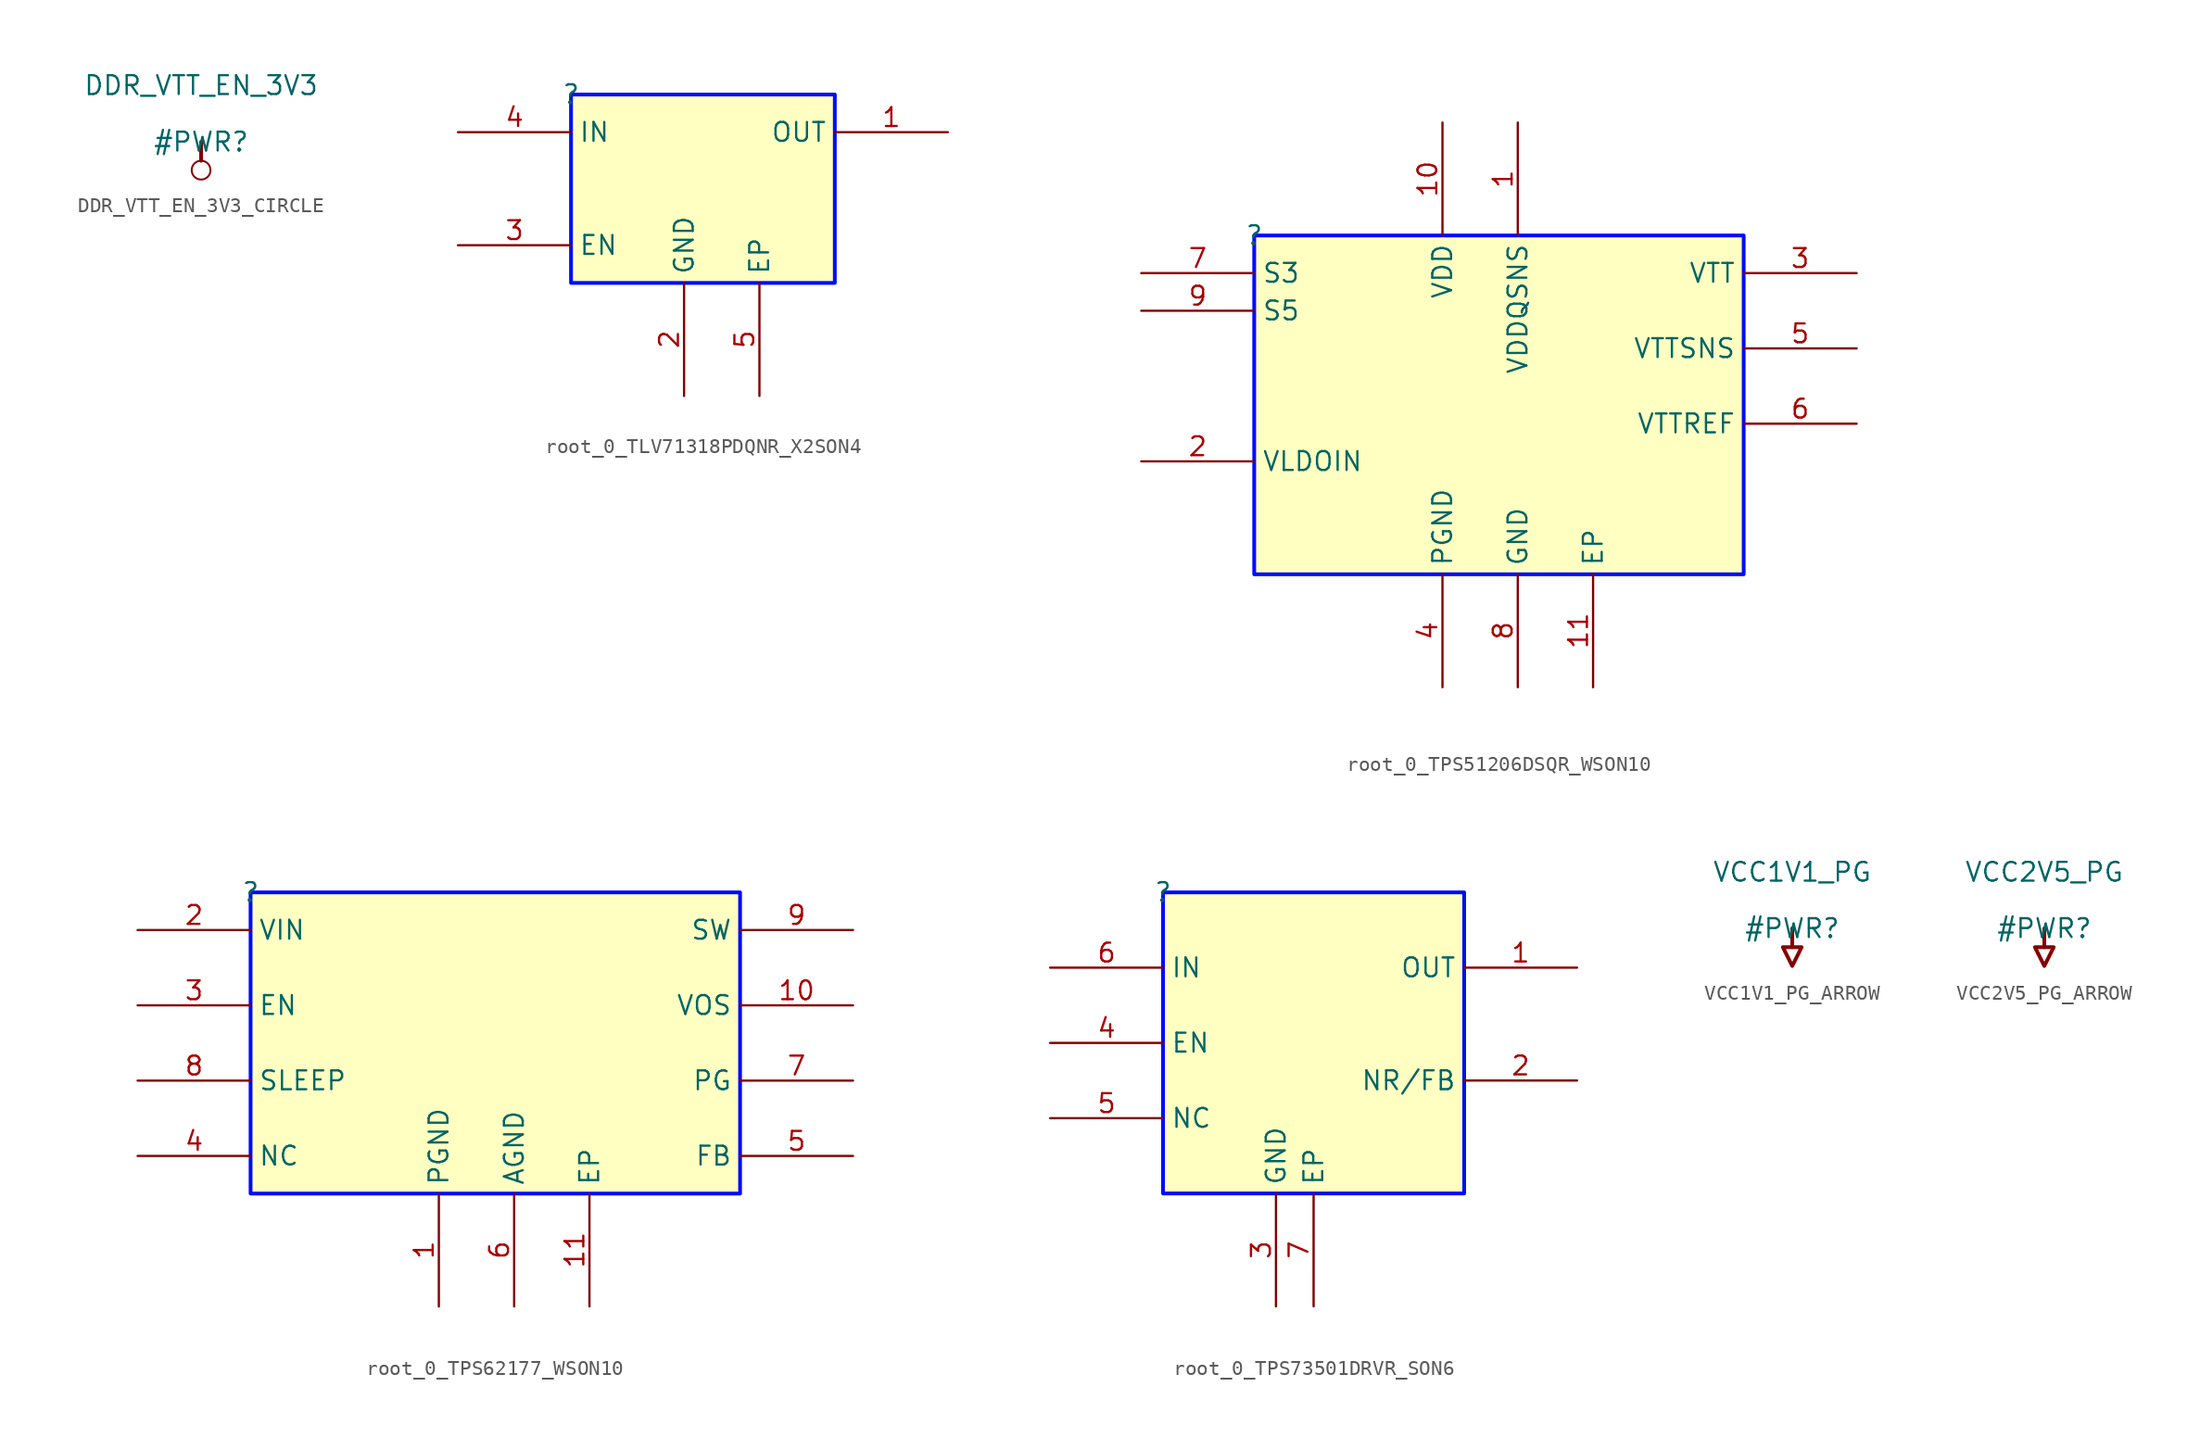
<source format=kicad_sym>
(kicad_symbol_lib
  (version 20231120)
  (generator "kicad_symbol_editor")
  (generator_version "8.0")
  (symbol "DDR_VTT_EN_3V3_CIRCLE"
    (power)
    (property "Reference" "#PWR"
      (at 0 0 0)
      (effects (font (size 1.27 1.27))))
    (property "Value" "DDR_VTT_EN_3V3"
      (at 0 3.81 0)
      (effects (font (size 1.27 1.27))))
    (symbol "DDR_VTT_EN_3V3_CIRCLE_0_0"
      (circle (center 0 -1.905) (radius 0.635) (stroke (width 0.127) (type solid)) (fill (type none)))
      (polyline (pts (xy 0 0) (xy 0 -1.27)) (stroke (width 0.254) (type solid)) (fill (type none)))
      (pin power_in line (at 0 0 0) (length 0) hide (name "DDR_VTT_EN_3V3" (effects (font (size 1.27 1.27)))) (number "" (effects (font (size 1.27 1.27)))))))
  (symbol "root_0_TLV71318PDQNR_X2SON4"
    (property "Reference" ""
      (at 0 0 0)
      (effects (font (size 1.27 1.27))))
    (property "Value" ""
      (at 0 0 0)
      (effects (font (size 1.27 1.27))))
    (symbol "root_0_TLV71318PDQNR_X2SON4_1_0"
      (rectangle (start 17.78 0) (end 0 -12.7) (stroke (width 0.254) (type solid) (color 0 11 255 1)) (fill (type background)))
      (pin output line (at 25.4 -2.54 180) (length 7.62) (name "OUT" (effects (font (size 1.27 1.27)))) (number "1" (effects (font (size 1.27 1.27)))))
      (pin power_in line (at 7.62 -20.32 90) (length 7.62) (name "GND" (effects (font (size 1.27 1.27)))) (number "2" (effects (font (size 1.27 1.27)))))
      (pin passive line (at -7.62 -10.16 0) (length 7.62) (name "EN" (effects (font (size 1.27 1.27)))) (number "3" (effects (font (size 1.27 1.27)))))
      (pin input line (at -7.62 -2.54 0) (length 7.62) (name "IN" (effects (font (size 1.27 1.27)))) (number "4" (effects (font (size 1.27 1.27)))))
      (pin power_in line (at 12.7 -20.32 90) (length 7.62) (name "EP" (effects (font (size 1.27 1.27)))) (number "5" (effects (font (size 1.27 1.27)))))))
  (symbol "root_0_TPS51206DSQR_WSON10"
    (property "Reference" ""
      (at 0 0 0)
      (effects (font (size 1.27 1.27))))
    (property "Value" ""
      (at 0 0 0)
      (effects (font (size 1.27 1.27))))
    (symbol "root_0_TPS51206DSQR_WSON10_1_0"
      (rectangle (start 33.02 0) (end 0 -22.86) (stroke (width 0.254) (type solid) (color 0 11 255 1)) (fill (type background)))
      (pin power_in line (at 17.78 7.62 270) (length 7.62) (name "VDDQSNS" (effects (font (size 1.27 1.27)))) (number "1" (effects (font (size 1.27 1.27)))))
      (pin power_in line (at 12.7 7.62 270) (length 7.62) (name "VDD" (effects (font (size 1.27 1.27)))) (number "10" (effects (font (size 1.27 1.27)))))
      (pin power_in line (at 22.86 -30.48 90) (length 7.62) (name "EP" (effects (font (size 1.27 1.27)))) (number "11" (effects (font (size 1.27 1.27)))))
      (pin passive line (at -7.62 -15.24 0) (length 7.62) (name "VLDOIN" (effects (font (size 1.27 1.27)))) (number "2" (effects (font (size 1.27 1.27)))))
      (pin passive line (at 40.64 -2.54 180) (length 7.62) (name "VTT" (effects (font (size 1.27 1.27)))) (number "3" (effects (font (size 1.27 1.27)))))
      (pin power_in line (at 12.7 -30.48 90) (length 7.62) (name "PGND" (effects (font (size 1.27 1.27)))) (number "4" (effects (font (size 1.27 1.27)))))
      (pin passive line (at 40.64 -7.62 180) (length 7.62) (name "VTTSNS" (effects (font (size 1.27 1.27)))) (number "5" (effects (font (size 1.27 1.27)))))
      (pin passive line (at 40.64 -12.7 180) (length 7.62) (name "VTTREF" (effects (font (size 1.27 1.27)))) (number "6" (effects (font (size 1.27 1.27)))))
      (pin passive line (at -7.62 -2.54 0) (length 7.62) (name "S3" (effects (font (size 1.27 1.27)))) (number "7" (effects (font (size 1.27 1.27)))))
      (pin power_in line (at 17.78 -30.48 90) (length 7.62) (name "GND" (effects (font (size 1.27 1.27)))) (number "8" (effects (font (size 1.27 1.27)))))
      (pin passive line (at -7.62 -5.08 0) (length 7.62) (name "S5" (effects (font (size 1.27 1.27)))) (number "9" (effects (font (size 1.27 1.27)))))))
  (symbol "root_0_TPS62177_WSON10"
    (property "Reference" ""
      (at 0 0 0)
      (effects (font (size 1.27 1.27))))
    (property "Value" ""
      (at 0 0 0)
      (effects (font (size 1.27 1.27))))
    (symbol "root_0_TPS62177_WSON10_1_0"
      (rectangle (start 33.02 0) (end 0 -20.32) (stroke (width 0.254) (type solid) (color 0 11 255 1)) (fill (type background)))
      (pin power_in line (at 12.7 -27.94 90) (length 7.62) (name "PGND" (effects (font (size 1.27 1.27)))) (number "1" (effects (font (size 1.27 1.27)))))
      (pin passive line (at 40.64 -7.62 180) (length 7.62) (name "VOS" (effects (font (size 1.27 1.27)))) (number "10" (effects (font (size 1.27 1.27)))))
      (pin power_in line (at 22.86 -27.94 90) (length 7.62) (name "EP" (effects (font (size 1.27 1.27)))) (number "11" (effects (font (size 1.27 1.27)))))
      (pin input line (at -7.62 -2.54 0) (length 7.62) (name "VIN" (effects (font (size 1.27 1.27)))) (number "2" (effects (font (size 1.27 1.27)))))
      (pin passive line (at -7.62 -7.62 0) (length 7.62) (name "EN" (effects (font (size 1.27 1.27)))) (number "3" (effects (font (size 1.27 1.27)))))
      (pin passive line (at -7.62 -17.78 0) (length 7.62) (name "NC" (effects (font (size 1.27 1.27)))) (number "4" (effects (font (size 1.27 1.27)))))
      (pin passive line (at 40.64 -17.78 180) (length 7.62) (name "FB" (effects (font (size 1.27 1.27)))) (number "5" (effects (font (size 1.27 1.27)))))
      (pin power_in line (at 17.78 -27.94 90) (length 7.62) (name "AGND" (effects (font (size 1.27 1.27)))) (number "6" (effects (font (size 1.27 1.27)))))
      (pin passive line (at 40.64 -12.7 180) (length 7.62) (name "PG" (effects (font (size 1.27 1.27)))) (number "7" (effects (font (size 1.27 1.27)))))
      (pin passive line (at -7.62 -12.7 0) (length 7.62) (name "SLEEP" (effects (font (size 1.27 1.27)))) (number "8" (effects (font (size 1.27 1.27)))))
      (pin passive line (at 40.64 -2.54 180) (length 7.62) (name "SW" (effects (font (size 1.27 1.27)))) (number "9" (effects (font (size 1.27 1.27)))))))
  (symbol "root_0_TPS73501DRVR_SON6"
    (property "Reference" ""
      (at 0 0 0)
      (effects (font (size 1.27 1.27))))
    (property "Value" ""
      (at 0 0 0)
      (effects (font (size 1.27 1.27))))
    (symbol "root_0_TPS73501DRVR_SON6_1_0"
      (rectangle (start 20.32 0) (end 0 -20.32) (stroke (width 0.254) (type solid) (color 0 11 255 1)) (fill (type background)))
      (pin power_in line (at 27.94 -5.08 180) (length 7.62) (name "OUT" (effects (font (size 1.27 1.27)))) (number "1" (effects (font (size 1.27 1.27)))))
      (pin input line (at 27.94 -12.7 180) (length 7.62) (name "NR/FB" (effects (font (size 1.27 1.27)))) (number "2" (effects (font (size 1.27 1.27)))))
      (pin power_in line (at 7.62 -27.94 90) (length 7.62) (name "GND" (effects (font (size 1.27 1.27)))) (number "3" (effects (font (size 1.27 1.27)))))
      (pin input line (at -7.62 -10.16 0) (length 7.62) (name "EN" (effects (font (size 1.27 1.27)))) (number "4" (effects (font (size 1.27 1.27)))))
      (pin passive line (at -7.62 -15.24 0) (length 7.62) (name "NC" (effects (font (size 1.27 1.27)))) (number "5" (effects (font (size 1.27 1.27)))))
      (pin power_in line (at -7.62 -5.08 0) (length 7.62) (name "IN" (effects (font (size 1.27 1.27)))) (number "6" (effects (font (size 1.27 1.27)))))
      (pin power_in line (at 10.16 -27.94 90) (length 7.62) (name "EP" (effects (font (size 1.27 1.27)))) (number "7" (effects (font (size 1.27 1.27)))))))
  (symbol "VCC1V1_PG_ARROW"
    (power)
    (property "Reference" "#PWR"
      (at 0 0 0)
      (effects (font (size 1.27 1.27))))
    (property "Value" "VCC1V1_PG"
      (at 0 3.81 0)
      (effects (font (size 1.27 1.27))))
    (symbol "VCC1V1_PG_ARROW_0_0"
      (polyline (pts (xy 0 0) (xy 0 -1.27)) (stroke (width 0.254) (type solid)) (fill (type none)))
      (polyline (pts (xy -0.635 -1.27) (xy 0.635 -1.27) (xy 0 -2.54) (xy -0.635 -1.27)) (stroke (width 0.254) (type solid)) (fill (type none)))
      (pin power_in line (at 0 0 0) (length 0) hide (name "VCC1V1_PG" (effects (font (size 1.27 1.27)))) (number "" (effects (font (size 1.27 1.27)))))))
  (symbol "VCC2V5_PG_ARROW"
    (power)
    (property "Reference" "#PWR"
      (at 0 0 0)
      (effects (font (size 1.27 1.27))))
    (property "Value" "VCC2V5_PG"
      (at 0 3.81 0)
      (effects (font (size 1.27 1.27))))
    (symbol "VCC2V5_PG_ARROW_0_0"
      (polyline (pts (xy 0 0) (xy 0 -1.27)) (stroke (width 0.254) (type solid)) (fill (type none)))
      (polyline (pts (xy -0.635 -1.27) (xy 0.635 -1.27) (xy 0 -2.54) (xy -0.635 -1.27)) (stroke (width 0.254) (type solid)) (fill (type none)))
      (pin power_in line (at 0 0 0) (length 0) hide (name "VCC2V5_PG" (effects (font (size 1.27 1.27)))) (number "" (effects (font (size 1.27 1.27))))))))
</source>
